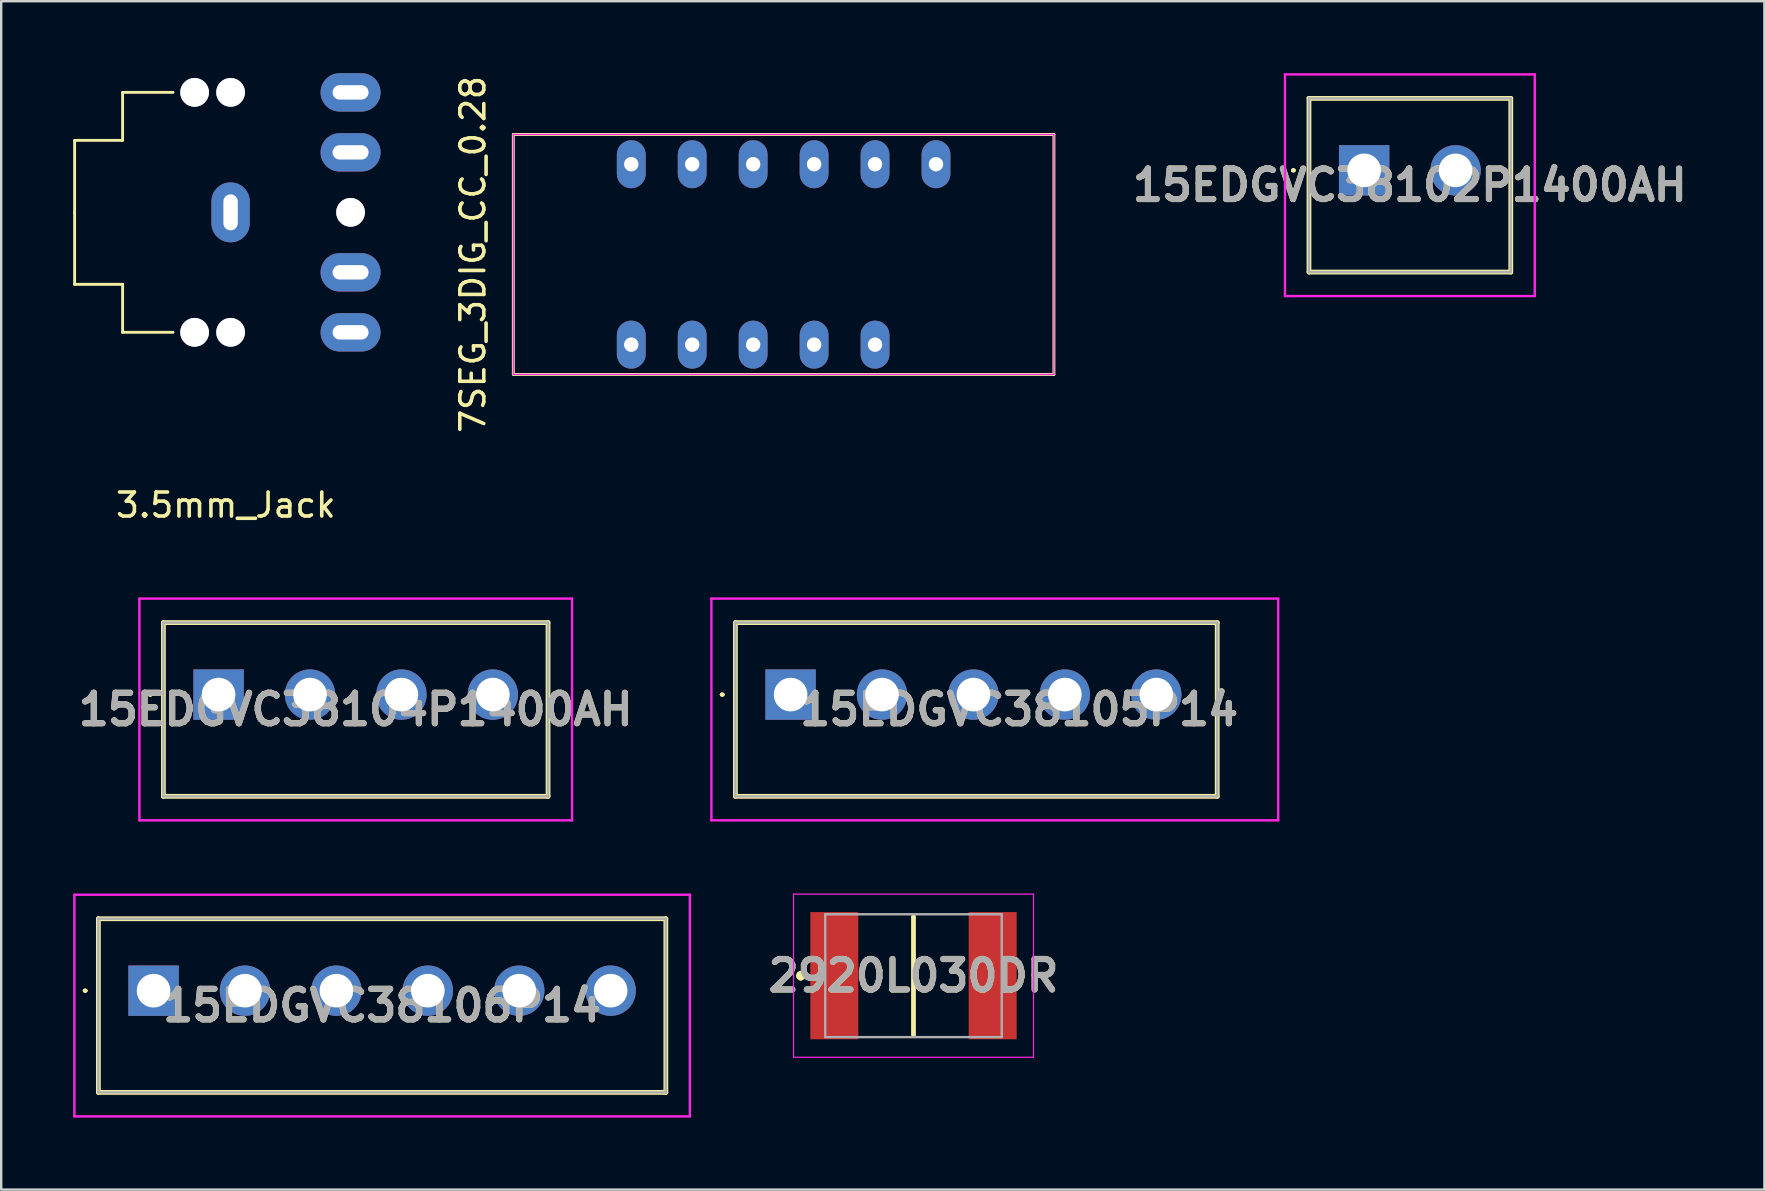
<source format=kicad_pcb>
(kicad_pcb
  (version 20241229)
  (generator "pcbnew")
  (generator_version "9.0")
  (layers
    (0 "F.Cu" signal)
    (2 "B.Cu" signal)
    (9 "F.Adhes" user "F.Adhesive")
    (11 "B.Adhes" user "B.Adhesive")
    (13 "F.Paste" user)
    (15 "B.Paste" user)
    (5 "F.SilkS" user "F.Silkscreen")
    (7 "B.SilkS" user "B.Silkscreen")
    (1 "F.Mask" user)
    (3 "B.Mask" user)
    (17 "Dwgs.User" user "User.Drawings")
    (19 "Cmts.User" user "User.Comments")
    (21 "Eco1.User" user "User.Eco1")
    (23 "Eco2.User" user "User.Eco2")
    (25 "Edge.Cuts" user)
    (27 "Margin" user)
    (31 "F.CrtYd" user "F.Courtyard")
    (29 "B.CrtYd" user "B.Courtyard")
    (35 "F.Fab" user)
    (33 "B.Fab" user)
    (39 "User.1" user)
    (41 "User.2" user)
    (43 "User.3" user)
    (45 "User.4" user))
  (footprint "7SEG_3DIG_CC_0.28"
    (layer "F.Cu")
    (at 29.608 7.554)
    (property "Reference" "7SEG_3DIG_CC_0.28" (at -12.95 0 90) (layer "F.SilkS") (effects (font (size 1 1) (thickness 0.15))))
    (attr through_hole)
    (fp_line (start -11.265 -5) (end -11.265 5) (stroke (width 0.12) (type solid)) (layer "F.SilkS"))
    (fp_line (start -11.265 -5) (end 11.265 -5) (stroke (width 0.12) (type solid)) (layer "F.SilkS"))
    (fp_line (start -11.265 5) (end 11.265 5) (stroke (width 0.12) (type solid)) (layer "F.SilkS"))
    (fp_line (start 11.265 5) (end 11.265 -5) (stroke (width 0.12) (type solid)) (layer "F.SilkS"))
    (fp_line (start -11.265 -5) (end 11.265 -5) (stroke (width 0.05) (type solid)) (layer "F.CrtYd"))
    (fp_line (start -11.265 5) (end -11.265 -5) (stroke (width 0.05) (type solid)) (layer "F.CrtYd"))
    (fp_line (start -11.265 5) (end 11.265 5) (stroke (width 0.05) (type solid)) (layer "F.CrtYd"))
    (fp_line (start 11.265 -5) (end 11.265 5) (stroke (width 0.05) (type solid)) (layer "F.CrtYd"))
    (pad "A" thru_hole oval (at -3.81 -3.76) (size 1.2 2) (drill 0.6) (layers "*.Cu" "*.Mask"))
    (pad "B" thru_hole oval (at 6.35 -3.76) (size 1.2 2) (drill 0.6) (layers "*.Cu" "*.Mask"))
    (pad "C" thru_hole oval (at 1.27 3.76) (size 1.2 2) (drill 0.6) (layers "*.Cu" "*.Mask"))
    (pad "D" thru_hole oval (at -3.81 3.76) (size 1.2 2) (drill 0.6) (layers "*.Cu" "*.Mask"))
    (pad "DIG1" thru_hole oval (at -6.35 -3.76) (size 1.2 2) (drill 0.6) (layers "*.Cu" "*.Mask"))
    (pad "DIG2" thru_hole oval (at 1.27 -3.76) (size 1.2 2) (drill 0.6) (layers "*.Cu" "*.Mask"))
    (pad "DIG3" thru_hole oval (at 3.81 -3.76) (size 1.2 2) (drill 0.6) (layers "*.Cu" "*.Mask"))
    (pad "DP" thru_hole oval (at -1.27 3.76) (size 1.2 2) (drill 0.6) (layers "*.Cu" "*.Mask"))
    (pad "E" thru_hole oval (at -6.35 3.76) (size 1.2 2) (drill 0.6) (layers "*.Cu" "*.Mask"))
    (pad "F" thru_hole oval (at -1.27 -3.76) (size 1.2 2) (drill 0.6) (layers "*.Cu" "*.Mask"))
    (pad "G" thru_hole oval (at 3.81 3.76) (size 1.2 2) (drill 0.6) (layers "*.Cu" "*.Mask")))
  (footprint "15EDGVC38106P14"
    (layer "F.Cu")
    (at 3.35 38.238)
    (property "Reference" "15EDGVC38106P14" (at 9.525 0.62 0) (layer "F.SilkS") (effects (font (size 1.27 1.27) (thickness 0.254))))
    (attr through_hole)
    (fp_line (start -2.9 0) (end -2.9 0) (stroke (width 0.1) (type solid)) (layer "F.SilkS"))
    (fp_line (start -2.8 0) (end -2.8 0) (stroke (width 0.1) (type solid)) (layer "F.SilkS"))
    (fp_line (start -2.3 -3) (end -2.3 4.24) (stroke (width 0.2) (type solid)) (layer "F.SilkS"))
    (fp_line (start -2.3 4.24) (end 21.35 4.24) (stroke (width 0.2) (type solid)) (layer "F.SilkS"))
    (fp_line (start 21.35 -3) (end -2.3 -3) (stroke (width 0.2) (type solid)) (layer "F.SilkS"))
    (fp_line (start 21.35 4.24) (end 21.35 -3) (stroke (width 0.2) (type solid)) (layer "F.SilkS"))
    (fp_arc (start -2.9 0) (mid -2.85 -0.05) (end -2.8 0) (stroke (width 0.1) (type solid)) (layer "F.SilkS"))
    (fp_arc (start -2.8 0) (mid -2.85 0.05) (end -2.9 0) (stroke (width 0.1) (type solid)) (layer "F.SilkS"))
    (fp_line (start -3.3 -4) (end -3.3 5.24) (stroke (width 0.1) (type solid)) (layer "F.CrtYd"))
    (fp_line (start -3.3 5.24) (end 22.35 5.24) (stroke (width 0.1) (type solid)) (layer "F.CrtYd"))
    (fp_line (start 22.35 -4) (end -3.3 -4) (stroke (width 0.1) (type solid)) (layer "F.CrtYd"))
    (fp_line (start 22.35 5.24) (end 22.35 -4) (stroke (width 0.1) (type solid)) (layer "F.CrtYd"))
    (fp_line (start -2.3 -3) (end -2.3 4.24) (stroke (width 0.1) (type solid)) (layer "F.Fab"))
    (fp_line (start -2.3 4.24) (end 21.35 4.24) (stroke (width 0.1) (type solid)) (layer "F.Fab"))
    (fp_line (start 21.35 -3) (end -2.3 -3) (stroke (width 0.1) (type solid)) (layer "F.Fab"))
    (fp_line (start 21.35 4.24) (end 21.35 -3) (stroke (width 0.1) (type solid)) (layer "F.Fab"))
    (fp_text user "${REFERENCE}" (at 9.525 0.62 0) (layer "F.Fab") (effects (font (size 1.27 1.27) (thickness 0.254))))
    (pad "1" thru_hole rect (at 0 0) (size 2.1 2.1) (drill 1.4) (layers "*.Cu" "*.Mask"))
    (pad "2" thru_hole circle (at 3.81 0) (size 2.1 2.1) (drill 1.4) (layers "*.Cu" "*.Mask"))
    (pad "3" thru_hole circle (at 7.62 0) (size 2.1 2.1) (drill 1.4) (layers "*.Cu" "*.Mask"))
    (pad "4" thru_hole circle (at 11.43 0) (size 2.1 2.1) (drill 1.4) (layers "*.Cu" "*.Mask"))
    (pad "5" thru_hole circle (at 15.24 0) (size 2.1 2.1) (drill 1.4) (layers "*.Cu" "*.Mask"))
    (pad "6" thru_hole circle (at 19.05 0) (size 2.1 2.1) (drill 1.4) (layers "*.Cu" "*.Mask")))
  (footprint "3.5mm_Jack"
    (layer "F.Cu")
    (at 6.56 5.8)
    (property "Reference" "3.5mm_Jack" (at -0.2 12.2 0) (layer "F.SilkS") (effects (font (size 1 1) (thickness 0.15))))
    (attr through_hole)
    (fp_line (start -6.5 -3) (end -4.5 -3) (stroke (width 0.12) (type solid)) (layer "F.SilkS"))
    (fp_line (start -6.5 0) (end -6.5 -3) (stroke (width 0.12) (type solid)) (layer "F.SilkS"))
    (fp_line (start -6.5 0) (end -6.5 3) (stroke (width 0.12) (type solid)) (layer "F.SilkS"))
    (fp_line (start -6.5 3) (end -4.5 3) (stroke (width 0.12) (type solid)) (layer "F.SilkS"))
    (fp_line (start -4.5 -5) (end -2.4 -5) (stroke (width 0.12) (type solid)) (layer "F.SilkS"))
    (fp_line (start -4.5 -3) (end -4.5 -5) (stroke (width 0.12) (type solid)) (layer "F.SilkS"))
    (fp_line (start -4.5 3) (end -4.5 5) (stroke (width 0.12) (type solid)) (layer "F.SilkS"))
    (fp_line (start -4.5 5) (end -2.4 5) (stroke (width 0.12) (type solid)) (layer "F.SilkS"))
    (pad "" thru_hole circle (at -1.5 -5 90) (size 1.2 1.2) (drill 1.2) (layers "*.Cu" "*.Mask"))
    (pad "" thru_hole circle (at -1.5 5 90) (size 1.2 1.2) (drill 1.2) (layers "*.Cu" "*.Mask"))
    (pad "" thru_hole circle (at 0 -5 90) (size 1.2 1.2) (drill 1.2) (layers "*.Cu" "*.Mask"))
    (pad "" thru_hole circle (at 0 5 90) (size 1.2 1.2) (drill 1.2) (layers "*.Cu" "*.Mask"))
    (pad "" thru_hole circle (at 5 0 90) (size 1.2 1.2) (drill 1.2) (layers "*.Cu" "*.Mask"))
    (pad "R" thru_hole oval (at 5 -5 90) (size 1.6 2.5) (drill oval 0.6 1.5) (layers "*.Cu" "*.Mask"))
    (pad "RN" thru_hole oval (at 5 -2.5 90) (size 1.6 2.5) (drill oval 0.6 1.5) (layers "*.Cu" "*.Mask"))
    (pad "S" thru_hole oval (at 0 0) (size 1.6 2.5) (drill oval 0.6 1.5) (layers "*.Cu" "*.Mask"))
    (pad "T" thru_hole oval (at 5 5 90) (size 1.6 2.5) (drill oval 0.6 1.5) (layers "*.Cu" "*.Mask"))
    (pad "TN" thru_hole oval (at 5 2.5 90) (size 1.6 2.5) (drill oval 0.6 1.5) (layers "*.Cu" "*.Mask")))
  (footprint "15EDGVC38102P1400AH"
    (layer "F.Cu")
    (at 53.803 4.05)
    (property "Reference" "15EDGVC38102P1400AH" (at 1.905 0.62 0) (layer "F.SilkS") (effects (font (size 1.27 1.27) (thickness 0.254))))
    (attr through_hole)
    (fp_line (start -3 0) (end -3 0) (stroke (width 0.1) (type solid)) (layer "F.SilkS"))
    (fp_line (start -2.9 0) (end -2.9 0) (stroke (width 0.1) (type solid)) (layer "F.SilkS"))
    (fp_line (start -2.3 -3) (end -2.3 4.24) (stroke (width 0.2) (type solid)) (layer "F.SilkS"))
    (fp_line (start -2.3 4.24) (end 6.11 4.24) (stroke (width 0.2) (type solid)) (layer "F.SilkS"))
    (fp_line (start 6.11 -3) (end -2.3 -3) (stroke (width 0.2) (type solid)) (layer "F.SilkS"))
    (fp_line (start 6.11 4.24) (end 6.11 -3) (stroke (width 0.2) (type solid)) (layer "F.SilkS"))
    (fp_arc (start -3 0) (mid -2.95 -0.05) (end -2.9 0) (stroke (width 0.1) (type solid)) (layer "F.SilkS"))
    (fp_arc (start -2.9 0) (mid -2.95 0.05) (end -3 0) (stroke (width 0.1) (type solid)) (layer "F.SilkS"))
    (fp_line (start -3.3 -4) (end -3.3 5.24) (stroke (width 0.1) (type solid)) (layer "F.CrtYd"))
    (fp_line (start -3.3 5.24) (end 7.11 5.24) (stroke (width 0.1) (type solid)) (layer "F.CrtYd"))
    (fp_line (start 7.11 -4) (end -3.3 -4) (stroke (width 0.1) (type solid)) (layer "F.CrtYd"))
    (fp_line (start 7.11 5.24) (end 7.11 -4) (stroke (width 0.1) (type solid)) (layer "F.CrtYd"))
    (fp_line (start -2.3 -3) (end -2.3 4.24) (stroke (width 0.1) (type solid)) (layer "F.Fab"))
    (fp_line (start -2.3 4.24) (end 6.11 4.24) (stroke (width 0.1) (type solid)) (layer "F.Fab"))
    (fp_line (start 6.11 -3) (end -2.3 -3) (stroke (width 0.1) (type solid)) (layer "F.Fab"))
    (fp_line (start 6.11 4.24) (end 6.11 -3) (stroke (width 0.1) (type solid)) (layer "F.Fab"))
    (fp_text user "${REFERENCE}" (at 1.905 0.62 0) (layer "F.Fab") (effects (font (size 1.27 1.27) (thickness 0.254))))
    (pad "1" thru_hole rect (at 0 0) (size 2.1 2.1) (drill 1.4) (layers "*.Cu" "*.Mask"))
    (pad "2" thru_hole circle (at 3.81 0) (size 2.1 2.1) (drill 1.4) (layers "*.Cu" "*.Mask")))
  (footprint "15EDGVC38105P14"
    (layer "F.Cu")
    (at 29.899 25.898)
    (property "Reference" "15EDGVC38105P14" (at 9.525 0.62 0) (layer "F.SilkS") (effects (font (size 1.27 1.27) (thickness 0.254))))
    (attr through_hole)
    (fp_line (start -2.9 0) (end -2.9 0) (stroke (width 0.1) (type solid)) (layer "F.SilkS"))
    (fp_line (start -2.8 0) (end -2.8 0) (stroke (width 0.1) (type solid)) (layer "F.SilkS"))
    (fp_line (start -2.3 -3) (end -2.3 4.24) (stroke (width 0.2) (type solid)) (layer "F.SilkS"))
    (fp_line (start -2.3 4.24) (end 17.78 4.24) (stroke (width 0.2) (type solid)) (layer "F.SilkS"))
    (fp_line (start 17.78 -3) (end -2.3 -3) (stroke (width 0.2) (type solid)) (layer "F.SilkS"))
    (fp_line (start 17.78 4.24) (end 17.78 -3) (stroke (width 0.2) (type solid)) (layer "F.SilkS"))
    (fp_arc (start -2.9 0) (mid -2.85 -0.05) (end -2.8 0) (stroke (width 0.1) (type solid)) (layer "F.SilkS"))
    (fp_arc (start -2.8 0) (mid -2.85 0.05) (end -2.9 0) (stroke (width 0.1) (type solid)) (layer "F.SilkS"))
    (fp_line (start -3.3 -4) (end -3.3 5.24) (stroke (width 0.1) (type solid)) (layer "F.CrtYd"))
    (fp_line (start -3.3 5.24) (end 20.32 5.24) (stroke (width 0.1) (type solid)) (layer "F.CrtYd"))
    (fp_line (start 20.32 -4) (end -3.3 -4) (stroke (width 0.1) (type solid)) (layer "F.CrtYd"))
    (fp_line (start 20.32 5.24) (end 20.32 -4) (stroke (width 0.1) (type solid)) (layer "F.CrtYd"))
    (fp_line (start -2.3 -3) (end -2.3 4.24) (stroke (width 0.1) (type solid)) (layer "F.Fab"))
    (fp_line (start -2.3 4.24) (end 17.78 4.24) (stroke (width 0.1) (type solid)) (layer "F.Fab"))
    (fp_line (start 17.78 -3) (end -2.3 -3) (stroke (width 0.1) (type solid)) (layer "F.Fab"))
    (fp_line (start 17.78 4.24) (end 17.78 -3) (stroke (width 0.1) (type solid)) (layer "F.Fab"))
    (fp_text user "${REFERENCE}" (at 9.525 0.62 0) (layer "F.Fab") (effects (font (size 1.27 1.27) (thickness 0.254))))
    (pad "1" thru_hole rect (at 0 0) (size 2.1 2.1) (drill 1.4) (layers "*.Cu" "*.Mask"))
    (pad "2" thru_hole circle (at 3.81 0) (size 2.1 2.1) (drill 1.4) (layers "*.Cu" "*.Mask"))
    (pad "3" thru_hole circle (at 7.62 0) (size 2.1 2.1) (drill 1.4) (layers "*.Cu" "*.Mask"))
    (pad "4" thru_hole circle (at 11.43 0) (size 2.1 2.1) (drill 1.4) (layers "*.Cu" "*.Mask"))
    (pad "5" thru_hole circle (at 15.24 0) (size 2.1 2.1) (drill 1.4) (layers "*.Cu" "*.Mask")))
  (footprint "15EDGVC38104P1400AH"
    (layer "F.Cu")
    (at 6.06 25.898)
    (property "Reference" "15EDGVC38104P1400AH" (at 5.715 0.62 0) (layer "F.SilkS") (effects (font (size 1.27 1.27) (thickness 0.254))))
    (attr through_hole)
    (fp_line (start -2.9 0) (end -2.9 0) (stroke (width 0.1) (type solid)) (layer "F.SilkS"))
    (fp_line (start -2.8 0) (end -2.8 0) (stroke (width 0.1) (type solid)) (layer "F.SilkS"))
    (fp_line (start -2.3 -3) (end 13.73 -3) (stroke (width 0.2) (type solid)) (layer "F.SilkS"))
    (fp_line (start -2.3 4.24) (end -2.3 -3) (stroke (width 0.2) (type solid)) (layer "F.SilkS"))
    (fp_line (start 13.73 -3) (end 13.73 4.24) (stroke (width 0.2) (type solid)) (layer "F.SilkS"))
    (fp_line (start 13.73 4.24) (end -2.3 4.24) (stroke (width 0.2) (type solid)) (layer "F.SilkS"))
    (fp_arc (start -2.9 0) (mid -2.85 -0.05) (end -2.8 0) (stroke (width 0.1) (type solid)) (layer "F.SilkS"))
    (fp_arc (start -2.8 0) (mid -2.85 0.05) (end -2.9 0) (stroke (width 0.1) (type solid)) (layer "F.SilkS"))
    (fp_line (start -3.3 -4) (end 14.73 -4) (stroke (width 0.1) (type solid)) (layer "F.CrtYd"))
    (fp_line (start -3.3 5.24) (end -3.3 -4) (stroke (width 0.1) (type solid)) (layer "F.CrtYd"))
    (fp_line (start 14.73 -4) (end 14.73 5.24) (stroke (width 0.1) (type solid)) (layer "F.CrtYd"))
    (fp_line (start 14.73 5.24) (end -3.3 5.24) (stroke (width 0.1) (type solid)) (layer "F.CrtYd"))
    (fp_line (start -2.3 -3) (end 13.73 -3) (stroke (width 0.1) (type solid)) (layer "F.Fab"))
    (fp_line (start -2.3 4.24) (end -2.3 -3) (stroke (width 0.1) (type solid)) (layer "F.Fab"))
    (fp_line (start 13.73 -3) (end 13.73 4.24) (stroke (width 0.1) (type solid)) (layer "F.Fab"))
    (fp_line (start 13.73 4.24) (end -2.3 4.24) (stroke (width 0.1) (type solid)) (layer "F.Fab"))
    (fp_text user "${REFERENCE}" (at 5.715 0.62 0) (layer "F.Fab") (effects (font (size 1.27 1.27) (thickness 0.254))))
    (pad "1" thru_hole rect (at 0 0) (size 2.1 2.1) (drill 1.4) (layers "*.Cu" "*.Mask"))
    (pad "2" thru_hole circle (at 3.81 0) (size 2.1 2.1) (drill 1.4) (layers "*.Cu" "*.Mask"))
    (pad "3" thru_hole circle (at 7.62 0) (size 2.1 2.1) (drill 1.4) (layers "*.Cu" "*.Mask"))
    (pad "4" thru_hole circle (at 11.43 0) (size 2.1 2.1) (drill 1.4) (layers "*.Cu" "*.Mask")))
  (footprint "2920L030DR"
    (layer "F.Cu")
    (at 35.021 37.613)
    (property "Reference" "2920L030DR" (at 0 0 0) (layer "F.SilkS") (effects (font (size 1.27 1.27) (thickness 0.254))))
    (attr smd)
    (fp_line (start -4.7 -0.1) (end -4.7 -0.1) (stroke (width 0.2) (type solid)) (layer "F.SilkS"))
    (fp_line (start -4.7 0.1) (end -4.7 0.1) (stroke (width 0.2) (type solid)) (layer "F.SilkS"))
    (fp_line (start 0 -2.46) (end 0 2.46) (stroke (width 0.2) (type solid)) (layer "F.SilkS"))
    (fp_arc (start -4.7 -0.1) (mid -4.6 0) (end -4.7 0.1) (stroke (width 0.2) (type solid)) (layer "F.SilkS"))
    (fp_arc (start -4.7 0.1) (mid -4.8 0) (end -4.7 -0.1) (stroke (width 0.2) (type solid)) (layer "F.SilkS"))
    (fp_line (start -5 -3.4) (end 5 -3.4) (stroke (width 0.05) (type solid)) (layer "F.CrtYd"))
    (fp_line (start -5 3.4) (end -5 -3.4) (stroke (width 0.05) (type solid)) (layer "F.CrtYd"))
    (fp_line (start 5 -3.4) (end 5 3.4) (stroke (width 0.05) (type solid)) (layer "F.CrtYd"))
    (fp_line (start 5 3.4) (end -5 3.4) (stroke (width 0.05) (type solid)) (layer "F.CrtYd"))
    (fp_line (start -3.678 -2.56) (end 3.678 -2.56) (stroke (width 0.1) (type solid)) (layer "F.Fab"))
    (fp_line (start -3.678 2.56) (end -3.678 -2.56) (stroke (width 0.1) (type solid)) (layer "F.Fab"))
    (fp_line (start 3.678 -2.56) (end 3.678 2.56) (stroke (width 0.1) (type solid)) (layer "F.Fab"))
    (fp_line (start 3.678 2.56) (end -3.678 2.56) (stroke (width 0.1) (type solid)) (layer "F.Fab"))
    (fp_text user "${REFERENCE}" (at 0 0 0) (layer "F.Fab") (effects (font (size 1.27 1.27) (thickness 0.254))))
    (pad "1" smd rect (at -3.3 0) (size 2 5.3) (layers "F.Cu" "F.Mask" "F.Paste"))
    (pad "2" smd rect (at 3.3 0) (size 2 5.3) (layers "F.Cu" "F.Mask" "F.Paste")))
  (gr_rect
    (start -3 -3)
    (end 70.483 46.528)
    (stroke (width 0.1) (type default))
    (fill no)
    (layer "Edge.Cuts")))
</source>
